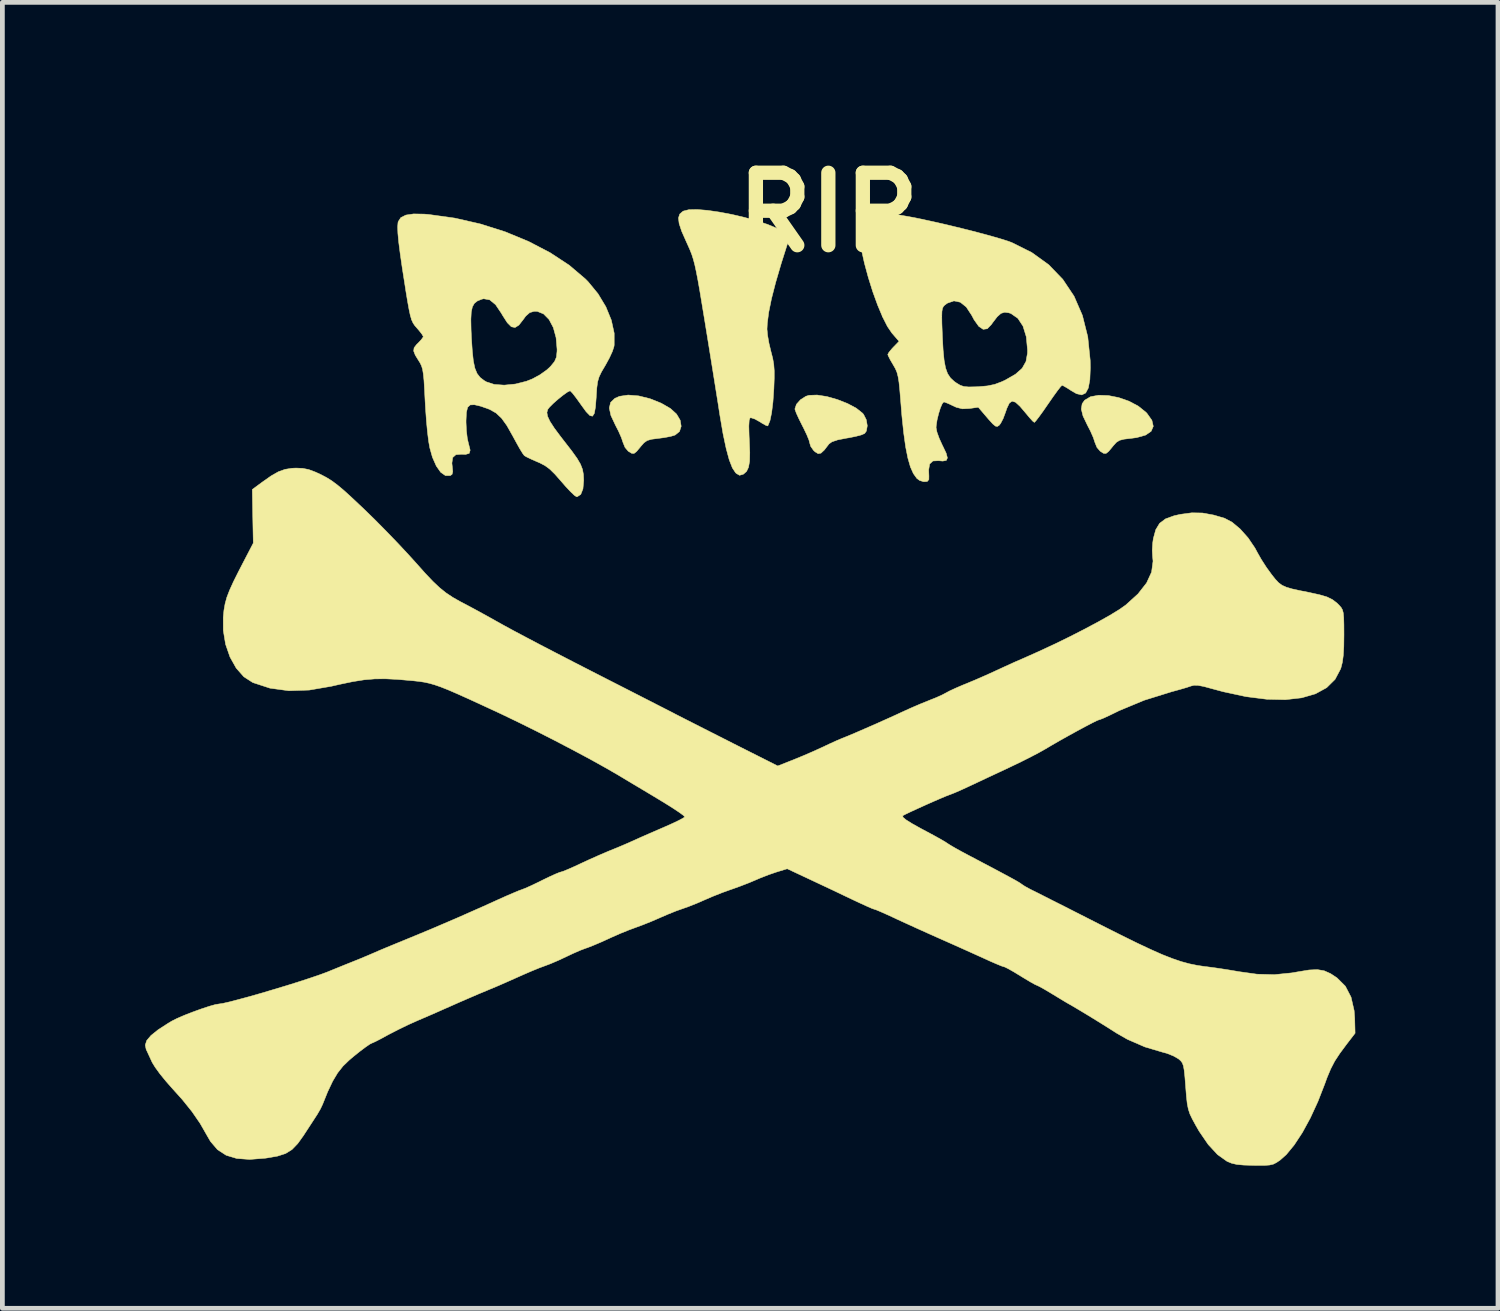
<source format=kicad_pcb>
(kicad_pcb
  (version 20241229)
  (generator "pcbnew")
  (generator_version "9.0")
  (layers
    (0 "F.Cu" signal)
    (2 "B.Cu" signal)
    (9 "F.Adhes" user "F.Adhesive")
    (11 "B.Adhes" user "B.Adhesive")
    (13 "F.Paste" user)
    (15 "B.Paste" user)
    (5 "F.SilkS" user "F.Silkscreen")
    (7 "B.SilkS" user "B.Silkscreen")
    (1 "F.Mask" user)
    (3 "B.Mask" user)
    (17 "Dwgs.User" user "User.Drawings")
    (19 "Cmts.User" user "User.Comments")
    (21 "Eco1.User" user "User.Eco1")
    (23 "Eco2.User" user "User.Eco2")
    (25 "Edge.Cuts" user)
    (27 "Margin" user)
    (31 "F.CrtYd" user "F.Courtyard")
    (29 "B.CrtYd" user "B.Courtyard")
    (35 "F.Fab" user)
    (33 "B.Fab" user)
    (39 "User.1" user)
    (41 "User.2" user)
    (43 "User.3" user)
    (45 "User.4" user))
  (footprint "RIP"
    (layer "F.Cu")
    (at 14.371 1.418)
    (property "Reference" "RIP" (at 0 0 0) (layer "F.SilkS") (effects (font (size 1.524 1.524) (thickness 0.3))))
    (attr through_hole)
    (fp_poly (pts (xy -3.989 3.858) (xy -3.751 3.917) (xy -3.516 4.011) (xy -3.32 4.124) (xy -3.192 4.241) (xy -3.116 4.37) (xy -3.095 4.497) (xy -3.13 4.606) (xy -3.222 4.681) (xy -3.313 4.709) (xy -3.449 4.735) (xy -3.576 4.752) (xy -3.719 4.77) (xy -3.81 4.797) (xy -3.878 4.845) (xy -3.95 4.927) (xy -3.951 4.929) (xy -4.032 5.026) (xy -4.087 5.069) (xy -4.138 5.065) (xy -4.206 5.023) (xy -4.209 5.021) (xy -4.276 4.942) (xy -4.319 4.836) (xy -4.353 4.735) (xy -4.413 4.599) (xy -4.479 4.471) (xy -4.573 4.27) (xy -4.607 4.113) (xy -4.579 3.995) (xy -4.489 3.909) (xy -4.392 3.867) (xy -4.21 3.84) (xy -3.989 3.858)) (stroke (width 0.01) (type solid)) (fill yes) (layer "F.SilkS"))
    (fp_poly (pts (xy 5.89 3.851) (xy 6.107 3.894) (xy 6.322 3.969) (xy 6.518 4.073) (xy 6.679 4.202) (xy 6.701 4.225) (xy 6.805 4.372) (xy 6.834 4.498) (xy 6.789 4.602) (xy 6.673 4.682) (xy 6.485 4.735) (xy 6.366 4.751) (xy 6.22 4.768) (xy 6.126 4.792) (xy 6.058 4.834) (xy 5.993 4.906) (xy 5.975 4.929) (xy 5.894 5.026) (xy 5.839 5.069) (xy 5.788 5.066) (xy 5.72 5.023) (xy 5.717 5.021) (xy 5.649 4.942) (xy 5.606 4.836) (xy 5.573 4.735) (xy 5.513 4.599) (xy 5.447 4.471) (xy 5.356 4.281) (xy 5.32 4.136) (xy 5.338 4.023) (xy 5.39 3.949) (xy 5.515 3.875) (xy 5.687 3.844) (xy 5.89 3.851)) (stroke (width 0.01) (type solid)) (fill yes) (layer "F.SilkS"))
    (fp_poly (pts (xy -0.03 3.872) (xy 0.191 3.935) (xy 0.404 4.019) (xy 0.589 4.118) (xy 0.722 4.224) (xy 0.741 4.247) (xy 0.798 4.36) (xy 0.819 4.486) (xy 0.8 4.597) (xy 0.764 4.648) (xy 0.701 4.676) (xy 0.583 4.708) (xy 0.432 4.739) (xy 0.386 4.746) (xy 0.196 4.783) (xy 0.075 4.824) (xy 0.012 4.87) (xy 0.012 4.871) (xy -0.085 4.997) (xy -0.155 5.062) (xy -0.215 5.073) (xy -0.279 5.034) (xy -0.313 5.002) (xy -0.371 4.919) (xy -0.391 4.852) (xy -0.408 4.786) (xy -0.455 4.672) (xy -0.522 4.532) (xy -0.547 4.484) (xy -0.618 4.342) (xy -0.673 4.222) (xy -0.701 4.144) (xy -0.703 4.131) (xy -0.67 4.033) (xy -0.585 3.938) (xy -0.472 3.866) (xy -0.406 3.846) (xy -0.236 3.84) (xy -0.03 3.872)) (stroke (width 0.01) (type solid)) (fill yes) (layer "F.SilkS"))
    (fp_poly (pts (xy -2.542 -0.044) (xy -2.294 -0.008) (xy -2.029 0.042) (xy -1.761 0.105) (xy -1.506 0.176) (xy -1.276 0.252) (xy -1.087 0.331) (xy -0.952 0.409) (xy -0.901 0.456) (xy -0.852 0.537) (xy -0.84 0.598) (xy -0.84 0.598) (xy -0.99 1.069) (xy -1.108 1.472) (xy -1.196 1.815) (xy -1.254 2.1) (xy -1.284 2.334) (xy -1.29 2.454) (xy -1.278 2.582) (xy -1.249 2.749) (xy -1.208 2.92) (xy -1.206 2.928) (xy -1.17 3.068) (xy -1.148 3.193) (xy -1.138 3.327) (xy -1.138 3.492) (xy -1.146 3.712) (xy -1.165 3.987) (xy -1.193 4.213) (xy -1.228 4.381) (xy -1.269 4.481) (xy -1.275 4.49) (xy -1.312 4.479) (xy -1.391 4.435) (xy -1.446 4.4) (xy -1.547 4.344) (xy -1.624 4.319) (xy -1.647 4.321) (xy -1.665 4.372) (xy -1.672 4.494) (xy -1.667 4.69) (xy -1.662 4.801) (xy -1.652 5.049) (xy -1.656 5.231) (xy -1.679 5.36) (xy -1.72 5.446) (xy -1.783 5.502) (xy -1.795 5.508) (xy -1.867 5.528) (xy -1.935 5.489) (xy -1.951 5.474) (xy -2.018 5.373) (xy -2.084 5.204) (xy -2.149 4.964) (xy -2.215 4.652) (xy -2.281 4.265) (xy -2.286 4.233) (xy -2.318 4.026) (xy -2.361 3.757) (xy -2.411 3.444) (xy -2.466 3.102) (xy -2.523 2.748) (xy -2.58 2.397) (xy -2.598 2.286) (xy -2.656 1.935) (xy -2.703 1.651) (xy -2.743 1.424) (xy -2.778 1.244) (xy -2.809 1.101) (xy -2.84 0.984) (xy -2.872 0.884) (xy -2.909 0.79) (xy -2.952 0.693) (xy -2.989 0.611) (xy -3.085 0.394) (xy -3.138 0.233) (xy -3.152 0.117) (xy -3.126 0.035) (xy -3.061 -0.022) (xy -3.048 -0.029) (xy -2.934 -0.058) (xy -2.76 -0.062) (xy -2.542 -0.044)) (stroke (width 0.01) (type solid)) (fill yes) (layer "F.SilkS"))
    (fp_poly (pts (xy 1.273 0.026) (xy 1.493 0.054) (xy 1.693 0.088) (xy 1.942 0.137) (xy 2.223 0.198) (xy 2.524 0.267) (xy 2.828 0.341) (xy 3.123 0.416) (xy 3.392 0.488) (xy 3.621 0.554) (xy 3.796 0.61) (xy 3.86 0.634) (xy 4.277 0.842) (xy 4.634 1.099) (xy 4.931 1.407) (xy 5.168 1.762) (xy 5.343 2.165) (xy 5.456 2.615) (xy 5.507 3.109) (xy 5.51 3.265) (xy 5.5 3.515) (xy 5.468 3.691) (xy 5.412 3.797) (xy 5.33 3.837) (xy 5.22 3.812) (xy 5.114 3.751) (xy 5.013 3.686) (xy 4.938 3.644) (xy 4.916 3.635) (xy 4.884 3.665) (xy 4.819 3.748) (xy 4.73 3.871) (xy 4.626 4.021) (xy 4.623 4.025) (xy 4.519 4.176) (xy 4.429 4.3) (xy 4.364 4.384) (xy 4.333 4.416) (xy 4.333 4.416) (xy 4.297 4.388) (xy 4.23 4.314) (xy 4.16 4.23) (xy 4.031 4.078) (xy 3.936 3.991) (xy 3.864 3.969) (xy 3.806 4.011) (xy 3.755 4.118) (xy 3.725 4.205) (xy 3.677 4.334) (xy 3.624 4.436) (xy 3.593 4.476) (xy 3.555 4.501) (xy 3.515 4.494) (xy 3.458 4.447) (xy 3.37 4.35) (xy 3.341 4.316) (xy 3.154 4.097) (xy 2.969 4.123) (xy 2.819 4.13) (xy 2.691 4.098) (xy 2.624 4.067) (xy 2.52 4.018) (xy 2.444 3.989) (xy 2.427 3.986) (xy 2.396 4.021) (xy 2.357 4.11) (xy 2.319 4.232) (xy 2.287 4.363) (xy 2.269 4.483) (xy 2.266 4.526) (xy 2.284 4.619) (xy 2.332 4.752) (xy 2.398 4.897) (xy 2.404 4.908) (xy 2.478 5.063) (xy 2.504 5.162) (xy 2.481 5.215) (xy 2.406 5.229) (xy 2.318 5.221) (xy 2.199 5.227) (xy 2.131 5.29) (xy 2.11 5.414) (xy 2.111 5.44) (xy 2.115 5.544) (xy 2.114 5.616) (xy 2.114 5.617) (xy 2.08 5.658) (xy 2.006 5.663) (xy 1.92 5.637) (xy 1.86 5.592) (xy 1.788 5.491) (xy 1.726 5.352) (xy 1.673 5.168) (xy 1.626 4.933) (xy 1.585 4.639) (xy 1.547 4.279) (xy 1.522 3.97) (xy 1.503 3.74) (xy 1.486 3.572) (xy 1.466 3.451) (xy 1.442 3.36) (xy 1.409 3.283) (xy 1.364 3.205) (xy 1.364 3.204) (xy 1.301 3.097) (xy 1.26 3.015) (xy 1.25 2.987) (xy 1.275 2.941) (xy 1.338 2.865) (xy 1.369 2.832) (xy 1.487 2.71) (xy 1.337 2.537) (xy 1.243 2.399) (xy 1.141 2.198) (xy 1.135 2.183) (xy 2.386 2.183) (xy 2.388 2.333) (xy 2.396 2.544) (xy 2.399 2.617) (xy 2.414 2.896) (xy 2.435 3.11) (xy 2.465 3.27) (xy 2.508 3.39) (xy 2.569 3.481) (xy 2.65 3.556) (xy 2.696 3.588) (xy 2.774 3.635) (xy 2.851 3.661) (xy 2.952 3.67) (xy 3.1 3.667) (xy 3.152 3.665) (xy 3.345 3.648) (xy 3.499 3.616) (xy 3.65 3.559) (xy 3.728 3.522) (xy 3.936 3.402) (xy 4.076 3.278) (xy 4.157 3.134) (xy 4.188 2.96) (xy 4.189 2.893) (xy 4.163 2.615) (xy 4.094 2.391) (xy 3.986 2.227) (xy 3.841 2.126) (xy 3.797 2.111) (xy 3.708 2.099) (xy 3.631 2.123) (xy 3.551 2.194) (xy 3.453 2.322) (xy 3.427 2.359) (xy 3.343 2.446) (xy 3.256 2.458) (xy 3.164 2.396) (xy 3.065 2.257) (xy 3.015 2.163) (xy 2.901 1.989) (xy 2.775 1.888) (xy 2.641 1.86) (xy 2.503 1.908) (xy 2.447 1.949) (xy 2.419 1.979) (xy 2.4 2.019) (xy 2.389 2.083) (xy 2.386 2.183) (xy 1.135 2.183) (xy 1.037 1.95) (xy 0.935 1.669) (xy 0.841 1.369) (xy 0.759 1.067) (xy 0.694 0.776) (xy 0.652 0.511) (xy 0.647 0.469) (xy 0.642 0.296) (xy 0.671 0.168) (xy 0.742 0.079) (xy 0.861 0.029) (xy 1.036 0.012) (xy 1.273 0.026)) (stroke (width 0.01) (type solid)) (fill yes) (layer "F.SilkS"))
    (fp_poly (pts (xy -8.495 0.035) (xy -8.402 0.043) (xy -7.856 0.119) (xy -7.317 0.242) (xy -6.796 0.407) (xy -6.303 0.611) (xy -5.85 0.847) (xy -5.448 1.111) (xy -5.109 1.399) (xy -5.051 1.458) (xy -4.844 1.71) (xy -4.679 1.984) (xy -4.564 2.265) (xy -4.504 2.539) (xy -4.504 2.79) (xy -4.51 2.826) (xy -4.542 2.923) (xy -4.604 3.058) (xy -4.684 3.205) (xy -4.697 3.227) (xy -4.773 3.356) (xy -4.822 3.459) (xy -4.852 3.561) (xy -4.869 3.687) (xy -4.881 3.863) (xy -4.882 3.888) (xy -4.898 4.095) (xy -4.922 4.227) (xy -4.96 4.285) (xy -5.016 4.271) (xy -5.095 4.189) (xy -5.204 4.039) (xy -5.213 4.026) (xy -5.302 3.902) (xy -5.376 3.806) (xy -5.424 3.756) (xy -5.432 3.751) (xy -5.485 3.776) (xy -5.574 3.839) (xy -5.68 3.924) (xy -5.784 4.015) (xy -5.865 4.096) (xy -5.901 4.142) (xy -5.919 4.207) (xy -5.905 4.288) (xy -5.855 4.394) (xy -5.764 4.535) (xy -5.626 4.72) (xy -5.546 4.823) (xy -5.394 5.019) (xy -5.285 5.171) (xy -5.213 5.294) (xy -5.171 5.402) (xy -5.151 5.509) (xy -5.145 5.631) (xy -5.145 5.635) (xy -5.161 5.814) (xy -5.207 5.93) (xy -5.28 5.978) (xy -5.295 5.979) (xy -5.339 5.951) (xy -5.42 5.874) (xy -5.525 5.762) (xy -5.613 5.661) (xy -5.748 5.507) (xy -5.857 5.4) (xy -5.958 5.325) (xy -6.069 5.267) (xy -6.116 5.247) (xy -6.244 5.191) (xy -6.346 5.142) (xy -6.394 5.114) (xy -6.43 5.066) (xy -6.492 4.965) (xy -6.57 4.825) (xy -6.639 4.698) (xy -6.76 4.484) (xy -6.871 4.329) (xy -6.987 4.219) (xy -7.125 4.141) (xy -7.299 4.079) (xy -7.307 4.076) (xy -7.443 4.044) (xy -7.533 4.048) (xy -7.586 4.098) (xy -7.612 4.205) (xy -7.62 4.377) (xy -7.62 4.416) (xy -7.612 4.588) (xy -7.593 4.752) (xy -7.565 4.875) (xy -7.563 4.879) (xy -7.533 5) (xy -7.553 5.067) (xy -7.631 5.089) (xy -7.71 5.085) (xy -7.832 5.094) (xy -7.9 5.154) (xy -7.917 5.272) (xy -7.91 5.34) (xy -7.899 5.45) (xy -7.914 5.509) (xy -7.953 5.535) (xy -8.052 5.535) (xy -8.152 5.465) (xy -8.245 5.333) (xy -8.327 5.147) (xy -8.382 4.951) (xy -8.406 4.816) (xy -8.43 4.623) (xy -8.452 4.392) (xy -8.47 4.143) (xy -8.48 3.973) (xy -8.493 3.72) (xy -8.504 3.532) (xy -8.518 3.396) (xy -8.534 3.298) (xy -8.556 3.227) (xy -8.584 3.168) (xy -8.606 3.133) (xy -8.687 3.002) (xy -8.721 2.914) (xy -8.712 2.846) (xy -8.66 2.778) (xy -8.633 2.752) (xy -8.561 2.676) (xy -8.521 2.62) (xy -8.519 2.611) (xy -8.543 2.566) (xy -8.605 2.486) (xy -8.651 2.433) (xy -8.698 2.379) (xy -8.734 2.325) (xy -8.764 2.259) (xy -8.766 2.252) (xy -7.518 2.252) (xy -7.514 2.468) (xy -7.506 2.644) (xy -7.488 2.916) (xy -7.466 3.123) (xy -7.434 3.275) (xy -7.388 3.387) (xy -7.324 3.47) (xy -7.238 3.536) (xy -7.19 3.564) (xy -7.026 3.617) (xy -6.816 3.632) (xy -6.583 3.609) (xy -6.349 3.55) (xy -6.223 3.5) (xy -6.065 3.414) (xy -5.918 3.309) (xy -5.842 3.238) (xy -5.758 3.135) (xy -5.718 3.042) (xy -5.706 2.922) (xy -5.705 2.879) (xy -5.726 2.634) (xy -5.784 2.421) (xy -5.874 2.251) (xy -5.989 2.134) (xy -6.123 2.08) (xy -6.188 2.079) (xy -6.281 2.107) (xy -6.364 2.18) (xy -6.42 2.257) (xy -6.509 2.37) (xy -6.589 2.42) (xy -6.667 2.404) (xy -6.752 2.319) (xy -6.852 2.163) (xy -6.878 2.118) (xy -6.999 1.939) (xy -7.122 1.838) (xy -7.248 1.815) (xy -7.291 1.825) (xy -7.38 1.861) (xy -7.444 1.911) (xy -7.486 1.985) (xy -7.51 2.095) (xy -7.518 2.252) (xy -8.766 2.252) (xy -8.791 2.169) (xy -8.818 2.043) (xy -8.85 1.867) (xy -8.889 1.631) (xy -8.902 1.544) (xy -8.961 1.168) (xy -9.005 0.863) (xy -9.036 0.621) (xy -9.053 0.438) (xy -9.058 0.305) (xy -9.051 0.217) (xy -9.046 0.193) (xy -8.991 0.108) (xy -8.885 0.055) (xy -8.723 0.031) (xy -8.495 0.035)) (stroke (width 0.01) (type solid)) (fill yes) (layer "F.SilkS"))
    (fp_poly (pts (xy -11.055 5.382) (xy -10.929 5.407) (xy -10.787 5.46) (xy -10.668 5.515) (xy -10.556 5.574) (xy -10.446 5.642) (xy -10.329 5.729) (xy -10.192 5.843) (xy -10.026 5.994) (xy -9.818 6.19) (xy -9.767 6.238) (xy -9.543 6.456) (xy -9.3 6.702) (xy -9.057 6.954) (xy -8.835 7.192) (xy -8.677 7.366) (xy -8.48 7.587) (xy -8.317 7.759) (xy -8.176 7.892) (xy -8.042 8) (xy -7.901 8.094) (xy -7.741 8.185) (xy -7.654 8.23) (xy -7.537 8.292) (xy -7.374 8.38) (xy -7.186 8.483) (xy -6.995 8.59) (xy -6.995 8.59) (xy -6.81 8.693) (xy -6.598 8.808) (xy -6.351 8.939) (xy -6.065 9.09) (xy -5.731 9.263) (xy -5.344 9.463) (xy -4.897 9.692) (xy -4.637 9.825) (xy -4.403 9.944) (xy -4.123 10.087) (xy -3.82 10.242) (xy -3.517 10.397) (xy -3.237 10.54) (xy -3.231 10.544) (xy -2.945 10.69) (xy -2.628 10.851) (xy -2.306 11.014) (xy -2.003 11.168) (xy -1.753 11.294) (xy -1.064 11.641) (xy -0.737 11.512) (xy -0.54 11.431) (xy -0.324 11.338) (xy -0.133 11.251) (xy -0.116 11.243) (xy 0.037 11.171) (xy 0.178 11.107) (xy 0.28 11.064) (xy 0.294 11.058) (xy 0.407 11.013) (xy 0.573 10.943) (xy 0.775 10.855) (xy 0.995 10.759) (xy 1.216 10.66) (xy 1.42 10.568) (xy 1.553 10.506) (xy 1.736 10.423) (xy 1.931 10.339) (xy 2.099 10.271) (xy 2.126 10.26) (xy 2.269 10.203) (xy 2.395 10.146) (xy 2.469 10.107) (xy 2.545 10.066) (xy 2.672 10.007) (xy 2.827 9.94) (xy 2.892 9.914) (xy 3.089 9.832) (xy 3.304 9.738) (xy 3.494 9.652) (xy 3.517 9.641) (xy 3.708 9.553) (xy 3.921 9.456) (xy 4.103 9.377) (xy 4.424 9.234) (xy 4.753 9.081) (xy 5.079 8.922) (xy 5.39 8.763) (xy 5.675 8.611) (xy 5.922 8.472) (xy 6.12 8.351) (xy 6.255 8.256) (xy 6.513 8.022) (xy 6.693 7.792) (xy 6.798 7.564) (xy 6.829 7.334) (xy 6.819 7.229) (xy 6.812 7.105) (xy 6.822 6.949) (xy 6.835 6.858) (xy 6.886 6.672) (xy 6.967 6.538) (xy 7.092 6.444) (xy 7.274 6.378) (xy 7.405 6.349) (xy 7.644 6.317) (xy 7.868 6.321) (xy 8.104 6.364) (xy 8.333 6.431) (xy 8.493 6.516) (xy 8.663 6.659) (xy 8.828 6.844) (xy 8.972 7.057) (xy 9.024 7.154) (xy 9.106 7.298) (xy 9.214 7.466) (xy 9.321 7.613) (xy 9.4 7.713) (xy 9.468 7.786) (xy 9.54 7.84) (xy 9.631 7.881) (xy 9.756 7.918) (xy 9.93 7.956) (xy 10.121 7.994) (xy 10.334 8.041) (xy 10.489 8.087) (xy 10.603 8.143) (xy 10.697 8.215) (xy 10.746 8.264) (xy 10.786 8.31) (xy 10.813 8.359) (xy 10.83 8.425) (xy 10.839 8.524) (xy 10.843 8.67) (xy 10.844 8.879) (xy 10.844 8.883) (xy 10.841 9.129) (xy 10.83 9.315) (xy 10.811 9.459) (xy 10.781 9.577) (xy 10.773 9.601) (xy 10.657 9.82) (xy 10.48 9.995) (xy 10.244 10.124) (xy 9.954 10.208) (xy 9.612 10.247) (xy 9.221 10.238) (xy 8.785 10.183) (xy 8.307 10.08) (xy 8.08 10.019) (xy 7.9 9.97) (xy 7.775 9.946) (xy 7.688 9.944) (xy 7.627 9.96) (xy 7.538 9.99) (xy 7.401 10.03) (xy 7.245 10.073) (xy 7.229 10.077) (xy 6.643 10.259) (xy 6.111 10.48) (xy 6.045 10.513) (xy 5.903 10.582) (xy 5.785 10.636) (xy 5.712 10.665) (xy 5.698 10.668) (xy 5.651 10.686) (xy 5.549 10.736) (xy 5.406 10.811) (xy 5.235 10.903) (xy 5.048 11.006) (xy 4.86 11.111) (xy 4.684 11.213) (xy 4.552 11.291) (xy 4.429 11.36) (xy 4.256 11.451) (xy 4.053 11.553) (xy 3.841 11.655) (xy 3.79 11.679) (xy 3.571 11.782) (xy 3.346 11.887) (xy 3.138 11.985) (xy 2.973 12.062) (xy 2.95 12.073) (xy 2.796 12.144) (xy 2.659 12.204) (xy 2.56 12.243) (xy 2.54 12.25) (xy 2.475 12.275) (xy 2.361 12.323) (xy 2.213 12.387) (xy 2.05 12.459) (xy 1.887 12.533) (xy 1.741 12.6) (xy 1.63 12.653) (xy 1.57 12.684) (xy 1.565 12.687) (xy 1.569 12.719) (xy 1.633 12.773) (xy 1.76 12.853) (xy 1.954 12.961) (xy 2.052 13.013) (xy 2.214 13.1) (xy 2.355 13.178) (xy 2.458 13.238) (xy 2.501 13.267) (xy 2.559 13.304) (xy 2.668 13.368) (xy 2.813 13.448) (xy 2.931 13.511) (xy 3.236 13.672) (xy 3.479 13.8) (xy 3.668 13.901) (xy 3.809 13.977) (xy 3.912 14.033) (xy 3.982 14.073) (xy 4.028 14.101) (xy 4.057 14.121) (xy 4.064 14.127) (xy 4.131 14.171) (xy 4.24 14.231) (xy 4.318 14.27) (xy 4.399 14.31) (xy 4.539 14.381) (xy 4.73 14.478) (xy 4.963 14.595) (xy 5.226 14.729) (xy 5.512 14.874) (xy 5.752 14.996) (xy 6.149 15.196) (xy 6.488 15.363) (xy 6.775 15.498) (xy 7.02 15.607) (xy 7.233 15.691) (xy 7.421 15.755) (xy 7.594 15.802) (xy 7.761 15.836) (xy 7.93 15.861) (xy 7.947 15.862) (xy 8.148 15.889) (xy 8.38 15.924) (xy 8.596 15.96) (xy 8.62 15.965) (xy 9.014 16.02) (xy 9.379 16.03) (xy 9.747 15.993) (xy 9.885 15.969) (xy 10.11 15.932) (xy 10.284 15.924) (xy 10.427 15.948) (xy 10.562 16.008) (xy 10.697 16.097) (xy 10.873 16.272) (xy 10.993 16.502) (xy 11.058 16.786) (xy 11.07 16.948) (xy 11.078 17.262) (xy 10.901 17.492) (xy 10.757 17.686) (xy 10.65 17.849) (xy 10.566 18.011) (xy 10.488 18.197) (xy 10.441 18.327) (xy 10.296 18.699) (xy 10.137 19.044) (xy 9.969 19.352) (xy 9.798 19.612) (xy 9.631 19.815) (xy 9.504 19.928) (xy 9.426 19.981) (xy 9.358 20.016) (xy 9.279 20.034) (xy 9.169 20.042) (xy 9.008 20.042) (xy 8.939 20.041) (xy 8.737 20.035) (xy 8.593 20.022) (xy 8.484 19.997) (xy 8.391 19.959) (xy 8.38 19.953) (xy 8.185 19.814) (xy 7.989 19.602) (xy 7.798 19.323) (xy 7.728 19.201) (xy 7.655 19.067) (xy 7.604 18.96) (xy 7.571 18.859) (xy 7.548 18.744) (xy 7.531 18.593) (xy 7.515 18.388) (xy 7.499 18.183) (xy 7.484 18.04) (xy 7.467 17.946) (xy 7.443 17.884) (xy 7.41 17.841) (xy 7.364 17.801) (xy 7.258 17.74) (xy 7.117 17.684) (xy 7.037 17.663) (xy 6.657 17.55) (xy 6.289 17.39) (xy 6.057 17.257) (xy 5.888 17.149) (xy 5.686 17.023) (xy 5.473 16.892) (xy 5.272 16.771) (xy 5.107 16.673) (xy 5.06 16.647) (xy 4.969 16.594) (xy 4.839 16.515) (xy 4.695 16.428) (xy 4.679 16.418) (xy 4.551 16.342) (xy 4.449 16.285) (xy 4.391 16.256) (xy 4.386 16.255) (xy 4.342 16.235) (xy 4.249 16.183) (xy 4.122 16.107) (xy 4.045 16.06) (xy 3.906 15.975) (xy 3.79 15.909) (xy 3.714 15.871) (xy 3.696 15.865) (xy 3.647 15.85) (xy 3.544 15.808) (xy 3.403 15.747) (xy 3.285 15.693) (xy 3.106 15.612) (xy 2.882 15.511) (xy 2.639 15.402) (xy 2.404 15.298) (xy 2.364 15.28) (xy 2.128 15.175) (xy 1.875 15.061) (xy 1.634 14.951) (xy 1.431 14.858) (xy 1.407 14.846) (xy 1.242 14.77) (xy 1.103 14.708) (xy 1.005 14.667) (xy 0.964 14.654) (xy 0.918 14.638) (xy 0.817 14.594) (xy 0.677 14.53) (xy 0.534 14.463) (xy 0.338 14.37) (xy 0.102 14.257) (xy -0.145 14.141) (xy -0.364 14.038) (xy -0.865 13.803) (xy -1.087 13.871) (xy -1.257 13.929) (xy -1.441 14.001) (xy -1.524 14.037) (xy -1.671 14.099) (xy -1.855 14.17) (xy -2.035 14.235) (xy -2.043 14.237) (xy -2.232 14.305) (xy -2.434 14.385) (xy -2.603 14.458) (xy -2.768 14.53) (xy -2.94 14.598) (xy -3.061 14.641) (xy -3.2 14.69) (xy -3.372 14.759) (xy -3.543 14.833) (xy -3.549 14.836) (xy -3.723 14.911) (xy -3.905 14.984) (xy -4.055 15.039) (xy -4.057 15.04) (xy -4.198 15.092) (xy -4.376 15.164) (xy -4.56 15.245) (xy -4.611 15.269) (xy -4.779 15.345) (xy -4.939 15.413) (xy -5.066 15.463) (xy -5.1 15.474) (xy -5.217 15.518) (xy -5.368 15.584) (xy -5.51 15.651) (xy -5.672 15.727) (xy -5.84 15.799) (xy -5.959 15.844) (xy -6.081 15.889) (xy -6.247 15.957) (xy -6.43 16.036) (xy -6.526 16.079) (xy -6.724 16.167) (xy -6.935 16.26) (xy -7.126 16.34) (xy -7.19 16.367) (xy -7.354 16.435) (xy -7.558 16.523) (xy -7.771 16.615) (xy -7.894 16.67) (xy -8.103 16.762) (xy -8.329 16.862) (xy -8.538 16.952) (xy -8.636 16.994) (xy -8.835 17.083) (xy -9.053 17.189) (xy -9.247 17.289) (xy -9.269 17.301) (xy -9.406 17.376) (xy -9.517 17.433) (xy -9.583 17.464) (xy -9.594 17.467) (xy -9.642 17.491) (xy -9.735 17.555) (xy -9.857 17.647) (xy -9.995 17.758) (xy -10.076 17.827) (xy -10.207 17.953) (xy -10.32 18.096) (xy -10.425 18.272) (xy -10.53 18.494) (xy -10.636 18.757) (xy -10.682 18.854) (xy -10.749 18.97) (xy -10.763 18.991) (xy -10.827 19.09) (xy -10.917 19.228) (xy -11.015 19.378) (xy -11.034 19.408) (xy -11.16 19.584) (xy -11.28 19.708) (xy -11.415 19.792) (xy -11.586 19.847) (xy -11.812 19.886) (xy -11.839 19.89) (xy -12.17 19.916) (xy -12.442 19.896) (xy -12.664 19.829) (xy -12.846 19.711) (xy -12.994 19.538) (xy -13.062 19.421) (xy -13.212 19.159) (xy -13.382 18.912) (xy -13.587 18.657) (xy -13.785 18.437) (xy -13.927 18.276) (xy -14.057 18.117) (xy -14.159 17.976) (xy -14.222 17.873) (xy -14.223 17.87) (xy -14.28 17.746) (xy -14.329 17.64) (xy -14.347 17.603) (xy -14.366 17.511) (xy -14.335 17.415) (xy -14.246 17.31) (xy -14.097 17.19) (xy -13.881 17.05) (xy -13.807 17.006) (xy -13.698 16.951) (xy -13.545 16.885) (xy -13.369 16.816) (xy -13.188 16.751) (xy -13.022 16.696) (xy -12.891 16.659) (xy -12.817 16.647) (xy -12.737 16.635) (xy -12.595 16.603) (xy -12.404 16.553) (xy -12.174 16.491) (xy -11.919 16.418) (xy -11.651 16.338) (xy -11.382 16.257) (xy -11.124 16.176) (xy -10.889 16.099) (xy -10.69 16.031) (xy -10.538 15.975) (xy -10.512 15.964) (xy -10.36 15.902) (xy -10.178 15.828) (xy -10.023 15.766) (xy -9.854 15.698) (xy -9.682 15.626) (xy -9.554 15.571) (xy -9.444 15.523) (xy -9.282 15.455) (xy -9.088 15.375) (xy -8.883 15.291) (xy -8.851 15.278) (xy -8.356 15.073) (xy -7.819 14.843) (xy -7.265 14.598) (xy -6.956 14.458) (xy -6.782 14.38) (xy -6.626 14.313) (xy -6.507 14.263) (xy -6.448 14.242) (xy -6.371 14.212) (xy -6.245 14.156) (xy -6.093 14.083) (xy -6.011 14.042) (xy -5.86 13.969) (xy -5.734 13.912) (xy -5.65 13.878) (xy -5.627 13.872) (xy -5.575 13.856) (xy -5.47 13.813) (xy -5.33 13.751) (xy -5.224 13.701) (xy -5.029 13.611) (xy -4.818 13.517) (xy -4.629 13.436) (xy -4.572 13.413) (xy -4.396 13.341) (xy -4.214 13.263) (xy -4.066 13.197) (xy -4.064 13.196) (xy -3.936 13.138) (xy -3.762 13.062) (xy -3.569 12.978) (xy -3.44 12.922) (xy -3.276 12.849) (xy -3.142 12.785) (xy -3.051 12.736) (xy -3.02 12.712) (xy -3.047 12.682) (xy -3.132 12.619) (xy -3.263 12.532) (xy -3.428 12.428) (xy -3.561 12.347) (xy -3.777 12.217) (xy -4 12.084) (xy -4.207 11.96) (xy -4.377 11.858) (xy -4.43 11.826) (xy -4.696 11.673) (xy -5.016 11.495) (xy -5.375 11.303) (xy -5.756 11.104) (xy -6.143 10.907) (xy -6.519 10.721) (xy -6.868 10.553) (xy -6.936 10.521) (xy -7.284 10.36) (xy -7.571 10.228) (xy -7.805 10.123) (xy -7.995 10.041) (xy -8.151 9.979) (xy -8.281 9.934) (xy -8.394 9.902) (xy -8.5 9.879) (xy -8.608 9.863) (xy -8.726 9.85) (xy -8.748 9.848) (xy -9.056 9.821) (xy -9.313 9.808) (xy -9.54 9.81) (xy -9.762 9.829) (xy -10.001 9.867) (xy -10.279 9.925) (xy -10.453 9.965) (xy -10.918 10.045) (xy -11.347 10.059) (xy -11.743 10.005) (xy -12.104 9.887) (xy -12.292 9.766) (xy -12.454 9.582) (xy -12.584 9.35) (xy -12.677 9.081) (xy -12.725 8.79) (xy -12.726 8.519) (xy -12.711 8.365) (xy -12.687 8.229) (xy -12.65 8.094) (xy -12.593 7.946) (xy -12.512 7.767) (xy -12.4 7.543) (xy -12.34 7.427) (xy -12.094 6.954) (xy -12.105 6.39) (xy -12.115 5.826) (xy -11.909 5.674) (xy -11.72 5.541) (xy -11.566 5.453) (xy -11.427 5.403) (xy -11.283 5.38) (xy -11.196 5.376) (xy -11.055 5.382)) (stroke (width 0.01) (type solid)) (fill yes) (layer "F.SilkS")))
  (gr_rect
    (start -3 -3)
    (end 28.455 24.465)
    (stroke (width 0.1) (type default))
    (fill no)
    (layer "Edge.Cuts")))
</source>
